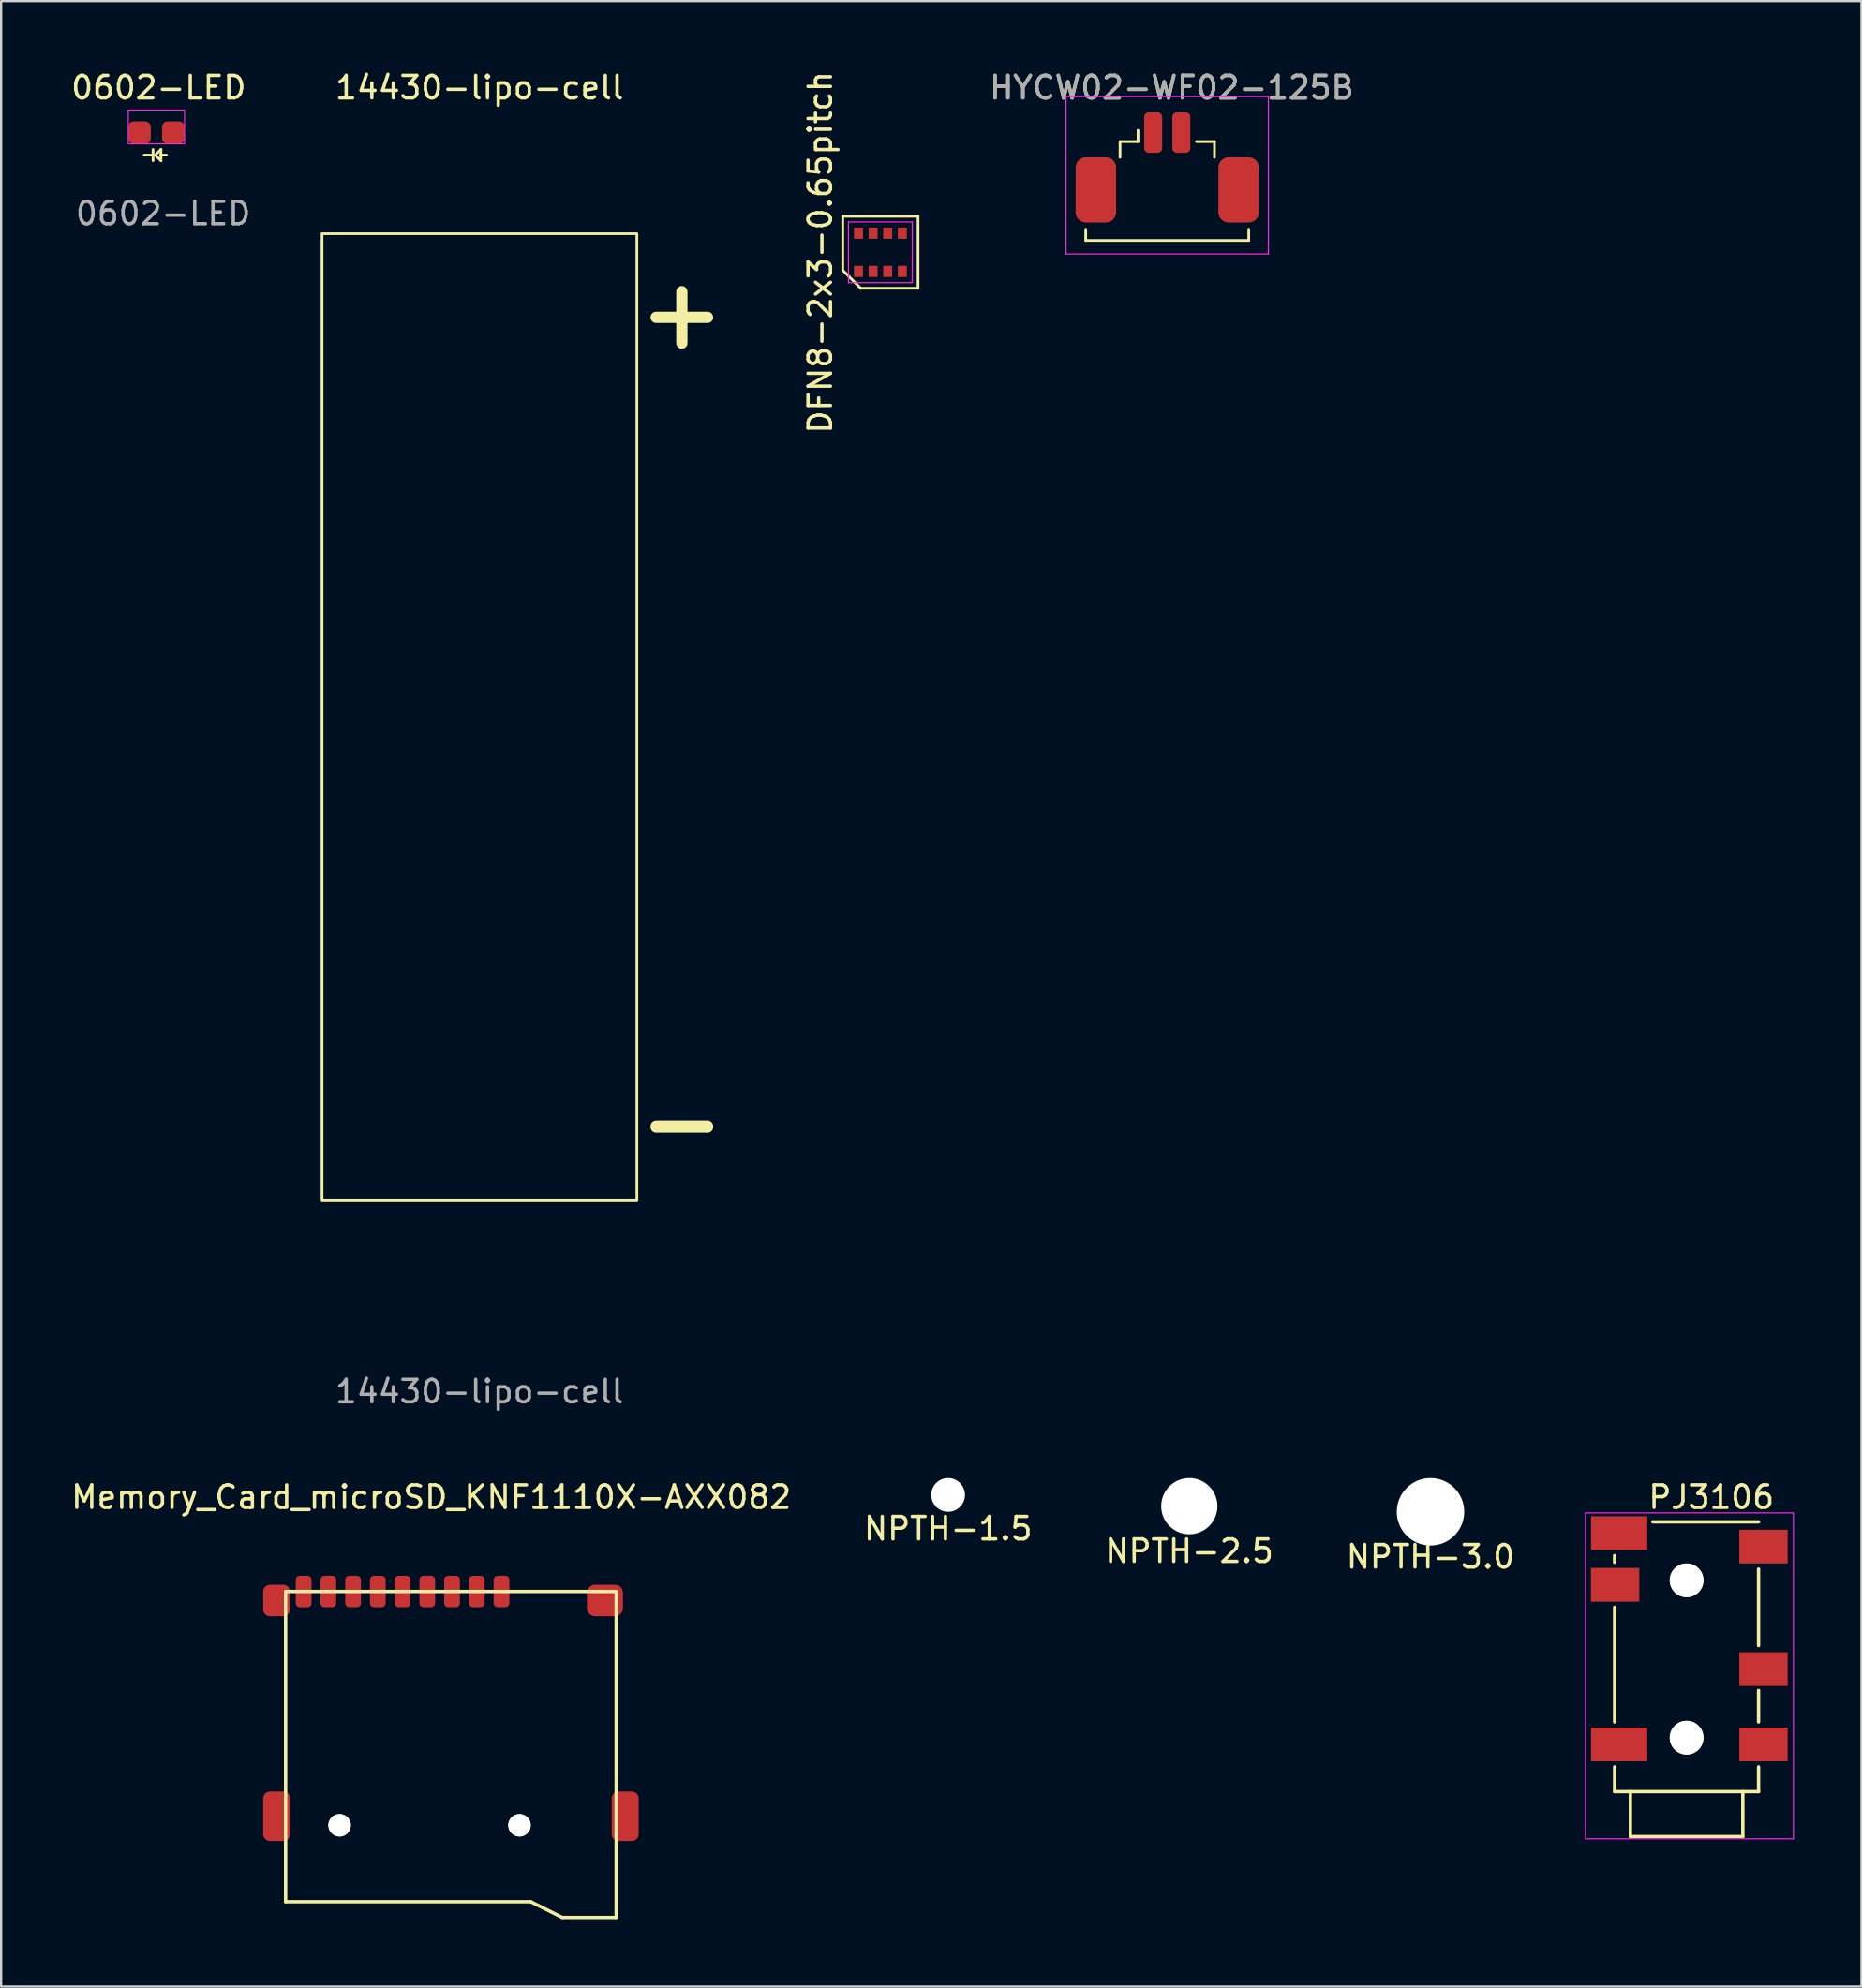
<source format=kicad_pcb>
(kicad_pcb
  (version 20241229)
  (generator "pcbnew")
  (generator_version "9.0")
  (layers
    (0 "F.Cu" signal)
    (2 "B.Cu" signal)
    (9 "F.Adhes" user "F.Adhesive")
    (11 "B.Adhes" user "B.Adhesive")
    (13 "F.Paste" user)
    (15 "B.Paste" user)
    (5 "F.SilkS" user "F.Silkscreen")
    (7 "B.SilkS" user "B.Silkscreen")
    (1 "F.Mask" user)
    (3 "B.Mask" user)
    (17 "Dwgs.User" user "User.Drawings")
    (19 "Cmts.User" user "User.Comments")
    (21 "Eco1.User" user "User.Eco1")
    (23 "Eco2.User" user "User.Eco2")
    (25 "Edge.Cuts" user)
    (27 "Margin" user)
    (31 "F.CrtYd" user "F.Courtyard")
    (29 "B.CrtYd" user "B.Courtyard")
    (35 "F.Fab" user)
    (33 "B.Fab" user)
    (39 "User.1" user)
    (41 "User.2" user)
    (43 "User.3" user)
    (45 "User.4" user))
  (footprint "NPTH-1.5"
    (layer "F.Cu")
    (at 39.113 63.447)
    (property "Reference" "NPTH-1.5" (at 0 1.5 0) (layer "F.SilkS") (effects (font (size 1 1) (thickness 0.15))))
    (attr through_hole)
    (pad "" np_thru_hole circle (at 0 0) (size 1.5 1.5) (drill 1.5) (layers "*.Cu" "*.Mask")))
  (footprint "0602-LED"
    (layer "F.Cu")
    (at 3.906 2.848)
    (property "Reference" "0602-LED" (at 0.1 -2 0) (unlocked yes) (layer "F.SilkS") (effects (font (size 1 1) (thickness 0.15))))
    (attr smd)
    (fp_line (start -0.55 1) (end -0.15 1) (stroke (width 0.12) (type solid)) (layer "F.SilkS"))
    (fp_line (start -0.15 0.75) (end -0.15 1.25) (stroke (width 0.12) (type solid)) (layer "F.SilkS"))
    (fp_line (start -0.05 1) (end 0.2 0.75) (stroke (width 0.12) (type solid)) (layer "F.SilkS"))
    (fp_line (start 0.2 0.75) (end 0.2 1.25) (stroke (width 0.12) (type solid)) (layer "F.SilkS"))
    (fp_line (start 0.2 1) (end 0.45 1) (stroke (width 0.12) (type solid)) (layer "F.SilkS"))
    (fp_line (start 0.2 1.25) (end -0.05 1) (stroke (width 0.12) (type solid)) (layer "F.SilkS"))
    (fp_rect (start 1.25 0.5) (end -1.25 -1) (stroke (width 0.05) (type solid)) (fill no) (layer "F.CrtYd"))
    (fp_text user "${REFERENCE}" (at 0.3 3.6 0) (unlocked yes) (layer "F.Fab") (effects (font (size 1 1) (thickness 0.15))))
    (pad "1" smd roundrect (at -0.75 0) (size 1 1) (layers "F.Cu" "F.Mask" "F.Paste") (roundrect_rratio 0.25))
    (pad "2" smd roundrect (at 0.75 0) (size 1 1) (layers "F.Cu" "F.Mask" "F.Paste") (roundrect_rratio 0.25)))
  (footprint "NPTH-2.5"
    (layer "F.Cu")
    (at 49.839 63.947)
    (property "Reference" "NPTH-2.5" (at 0 2 0) (layer "F.SilkS") (effects (font (size 1 1) (thickness 0.15))))
    (attr through_hole)
    (pad "" np_thru_hole circle (at 0 0) (size 2.5 2.5) (drill 2.5) (layers "*.Cu" "*.Mask")))
  (footprint "Memory_Card_microSD_KNF1110X-AXX082"
    (layer "F.Cu")
    (at 16.252 64.942)
    (property "Reference" "Memory_Card_microSD_KNF1110X-AXX082" (at -0.127 -1.397 0) (layer "F.SilkS") (effects (font (size 1 1) (thickness 0.15))))
    (attr through_hole)
    (fp_line (start -6.6 2.8) (end 8.1 2.8) (stroke (width 0.15) (type solid)) (layer "F.SilkS"))
    (fp_line (start -6.6 16.6) (end -6.6 2.8) (stroke (width 0.15) (type solid)) (layer "F.SilkS"))
    (fp_line (start -6.6 16.6) (end 4.3 16.6) (stroke (width 0.15) (type solid)) (layer "F.SilkS"))
    (fp_line (start 4.3 16.6) (end 5.7 17.3) (stroke (width 0.15) (type solid)) (layer "F.SilkS"))
    (fp_line (start 8.1 2.8) (end 8.1 17.3) (stroke (width 0.15) (type solid)) (layer "F.SilkS"))
    (fp_line (start 8.1 17.3) (end 5.7 17.3) (stroke (width 0.15) (type solid)) (layer "F.SilkS"))
    (pad "" np_thru_hole circle (at -4.2 13.2) (size 1 1) (drill 1) (layers "*.Cu" "*.Mask" "F.SilkS"))
    (pad "" np_thru_hole circle (at 3.8 13.2) (size 1 1) (drill 1) (layers "*.Cu" "*.Mask" "F.SilkS"))
    (pad "1" smd roundrect (at 3 2.8) (size 0.7 1.4) (layers "F.Cu" "F.Mask" "F.Paste") (roundrect_rratio 0.25))
    (pad "2" smd roundrect (at 1.9 2.8) (size 0.7 1.4) (layers "F.Cu" "F.Mask" "F.Paste") (roundrect_rratio 0.25))
    (pad "3" smd roundrect (at 0.8 2.8) (size 0.7 1.4) (layers "F.Cu" "F.Mask" "F.Paste") (roundrect_rratio 0.25))
    (pad "4" smd roundrect (at -0.3 2.8) (size 0.7 1.4) (layers "F.Cu" "F.Mask" "F.Paste") (roundrect_rratio 0.25))
    (pad "5" smd roundrect (at -1.4 2.8) (size 0.7 1.4) (layers "F.Cu" "F.Mask" "F.Paste") (roundrect_rratio 0.25))
    (pad "6" smd roundrect (at -2.5 2.8) (size 0.7 1.4) (layers "F.Cu" "F.Mask" "F.Paste") (roundrect_rratio 0.25))
    (pad "7" smd roundrect (at -3.6 2.8) (size 0.7 1.4) (layers "F.Cu" "F.Mask" "F.Paste") (roundrect_rratio 0.25))
    (pad "8" smd roundrect (at -4.7 2.8) (size 0.7 1.4) (layers "F.Cu" "F.Mask" "F.Paste") (roundrect_rratio 0.25))
    (pad "9" smd roundrect (at -5.8 2.8) (size 0.7 1.4) (layers "F.Cu" "F.Mask" "F.Paste") (roundrect_rratio 0.25))
    (pad "10" smd roundrect (at 8.5 12.8) (size 1.2 2.2) (layers "F.Cu" "F.Mask" "F.Paste") (roundrect_rratio 0.25))
    (pad "11" smd roundrect (at -7 12.8) (size 1.2 2.2) (layers "F.Cu" "F.Mask" "F.Paste") (roundrect_rratio 0.25))
    (pad "12" smd roundrect (at -7 3.2) (size 1.2 1.4) (layers "F.Cu" "F.Mask" "F.Paste") (roundrect_rratio 0.25))
    (pad "13" smd roundrect (at 7.6 3.2) (size 1.6 1.4) (layers "F.Cu" "F.Mask" "F.Paste") (roundrect_rratio 0.25)))
  (footprint "PJ3106"
    (layer "F.Cu")
    (at 71.954 67.245)
    (property "Reference" "PJ3106" (at 1.1 -3.7 0) (layer "F.SilkS") (effects (font (size 1 1) (thickness 0.15))))
    (attr through_hole)
    (fp_line (start -3.2 -0.8) (end -3.2 -1.1) (stroke (width 0.15) (type solid)) (layer "F.SilkS"))
    (fp_line (start -3.2 6.3) (end -3.2 1.2) (stroke (width 0.15) (type solid)) (layer "F.SilkS"))
    (fp_line (start -3.2 9.4) (end -3.2 8.3) (stroke (width 0.15) (type solid)) (layer "F.SilkS"))
    (fp_line (start -3.2 9.4) (end 3.2 9.4) (stroke (width 0.15) (type solid)) (layer "F.SilkS"))
    (fp_line (start -2.5 11.4) (end -2.5 9.4) (stroke (width 0.15) (type solid)) (layer "F.SilkS"))
    (fp_line (start -2.5 11.4) (end 2.5 11.4) (stroke (width 0.15) (type solid)) (layer "F.SilkS"))
    (fp_line (start -1.5 -2.6) (end 3.2 -2.6) (stroke (width 0.15) (type solid)) (layer "F.SilkS"))
    (fp_line (start 2.5 11.4) (end 2.5 9.4) (stroke (width 0.15) (type solid)) (layer "F.SilkS"))
    (fp_line (start 3.2 -0.5) (end 3.2 2.9) (stroke (width 0.15) (type solid)) (layer "F.SilkS"))
    (fp_line (start 3.2 4.9) (end 3.2 6.3) (stroke (width 0.15) (type solid)) (layer "F.SilkS"))
    (fp_line (start 3.2 9.4) (end 3.2 8.3) (stroke (width 0.15) (type solid)) (layer "F.SilkS"))
    (fp_line (start -4.5 -3) (end 4.75 -3) (stroke (width 0.05) (type solid)) (layer "F.CrtYd"))
    (fp_line (start -4.5 11.5) (end -4.5 -3) (stroke (width 0.05) (type solid)) (layer "F.CrtYd"))
    (fp_line (start 4.75 -3) (end 4.75 11.5) (stroke (width 0.05) (type solid)) (layer "F.CrtYd"))
    (fp_line (start 4.75 11.5) (end -4.5 11.5) (stroke (width 0.05) (type solid)) (layer "F.CrtYd"))
    (pad "" np_thru_hole circle (at 0 0) (size 1.5 1.5) (drill 1.5) (layers "*.Cu" "*.Mask" "F.SilkS"))
    (pad "" np_thru_hole circle (at 0 7) (size 1.5 1.5) (drill 1.5) (layers "*.Cu" "*.Mask" "F.SilkS"))
    (pad "2" smd rect (at -3 7.3) (size 2.5 1.5) (layers "F.Cu" "F.Mask" "F.Paste"))
    (pad "3" smd rect (at -3.18 0.2) (size 2.15 1.5) (layers "F.Cu" "F.Mask" "F.Paste"))
    (pad "4" smd rect (at -3 -2.1) (size 2.5 1.5) (layers "F.Cu" "F.Mask" "F.Paste"))
    (pad "5" smd rect (at 3.42 -1.5) (size 2.15 1.5) (layers "F.Cu" "F.Mask" "F.Paste"))
    (pad "6" smd rect (at 3.42 3.95) (size 2.15 1.5) (layers "F.Cu" "F.Mask" "F.Paste"))
    (pad "7" smd rect (at 3.42 7.3) (size 2.15 1.5) (layers "F.Cu" "F.Mask" "F.Paste")))
  (footprint "14430-lipo-cell"
    (layer "F.Cu")
    (at 18.272 28.848)
    (property "Reference" "14430-lipo-cell" (at 0 -28 0) (unlocked yes) (layer "F.SilkS") (effects (font (size 1 1) (thickness 0.15))))
    (attr smd)
    (fp_rect (start -7 -21.5) (end 7 21.5) (stroke (width 0.12) (type solid)) (fill no) (layer "F.SilkS"))
    (fp_text user "-" (at 9 18 0) (unlocked yes) (layer "F.SilkS") (effects (font (size 3 3) (thickness 0.5))))
    (fp_text user "+" (at 9 -18 0) (unlocked yes) (layer "F.SilkS") (effects (font (size 3 3) (thickness 0.5))))
    (fp_text user "${REFERENCE}" (at 0 30 0) (unlocked yes) (layer "F.Fab") (effects (font (size 1 1) (thickness 0.15)))))
  (footprint "DFN8-2x3-0.65pitch"
    (layer "F.Cu")
    (at 36.102 8.173)
    (property "Reference" "DFN8-2x3-0.65pitch" (at -2.675 0 90) (layer "F.SilkS") (effects (font (size 1 1) (thickness 0.15))))
    (attr smd)
    (fp_line (start -1.675 -1.6) (end 1.675 -1.6) (stroke (width 0.12) (type solid)) (layer "F.SilkS"))
    (fp_line (start -1.675 0.8) (end -1.675 -1.6) (stroke (width 0.12) (type solid)) (layer "F.SilkS"))
    (fp_line (start -0.875 1.6) (end -1.675 0.8) (stroke (width 0.12) (type solid)) (layer "F.SilkS"))
    (fp_line (start 1.675 -1.6) (end 1.675 1.6) (stroke (width 0.12) (type solid)) (layer "F.SilkS"))
    (fp_line (start 1.675 1.6) (end -0.875 1.6) (stroke (width 0.12) (type solid)) (layer "F.SilkS"))
    (fp_line (start -1.42 -1.35) (end 1.42 -1.35) (stroke (width 0.05) (type solid)) (layer "F.CrtYd"))
    (fp_line (start -1.42 1.35) (end -1.42 -1.35) (stroke (width 0.05) (type solid)) (layer "F.CrtYd"))
    (fp_line (start 1.42 -1.35) (end 1.42 1.35) (stroke (width 0.05) (type solid)) (layer "F.CrtYd"))
    (fp_line (start 1.42 1.35) (end -1.42 1.35) (stroke (width 0.05) (type solid)) (layer "F.CrtYd"))
    (pad "1" smd rect (at -0.975 0.85) (size 0.4 0.5) (layers "F.Cu" "F.Mask" "F.Paste"))
    (pad "2" smd rect (at -0.325 0.85) (size 0.4 0.5) (layers "F.Cu" "F.Mask" "F.Paste"))
    (pad "3" smd rect (at 0.325 0.85) (size 0.4 0.5) (layers "F.Cu" "F.Mask" "F.Paste"))
    (pad "4" smd rect (at 0.975 0.85) (size 0.4 0.5) (layers "F.Cu" "F.Mask" "F.Paste"))
    (pad "5" smd rect (at 0.975 -0.85) (size 0.4 0.5) (layers "F.Cu" "F.Mask" "F.Paste"))
    (pad "6" smd rect (at 0.325 -0.85) (size 0.4 0.5) (layers "F.Cu" "F.Mask" "F.Paste"))
    (pad "7" smd rect (at -0.325 -0.85) (size 0.4 0.5) (layers "F.Cu" "F.Mask" "F.Paste"))
    (pad "8" smd rect (at -0.975 -0.85) (size 0.4 0.5) (layers "F.Cu" "F.Mask" "F.Paste")))
  (footprint "HYCW02-WF02-125B"
    (layer "F.Cu")
    (at 48.858 3.748)
    (property "Reference" "HYCW02-WF02-125B" (at 0.2 -2.9 0) (unlocked yes) (layer "F.SilkS") (effects (font (size 1 1) (thickness 0.15))))
    (attr smd)
    (fp_line (start -3.625 3.9) (end -3.625 3.4) (stroke (width 0.12) (type solid)) (layer "F.SilkS"))
    (fp_line (start -2.1 -0.5) (end -2.1 0.2) (stroke (width 0.12) (type solid)) (layer "F.SilkS"))
    (fp_line (start -1.3 -0.5) (end -2.1 -0.5) (stroke (width 0.12) (type solid)) (layer "F.SilkS"))
    (fp_line (start -1.3 -0.5) (end -1.3 -1) (stroke (width 0.12) (type solid)) (layer "F.SilkS"))
    (fp_line (start 1.3 -0.5) (end 2.1 -0.5) (stroke (width 0.12) (type solid)) (layer "F.SilkS"))
    (fp_line (start 2.1 -0.5) (end 2.1 0.2) (stroke (width 0.12) (type solid)) (layer "F.SilkS"))
    (fp_line (start 3.625 3.9) (end -3.625 3.9) (stroke (width 0.12) (type solid)) (layer "F.SilkS"))
    (fp_line (start 3.625 3.9) (end 3.625 3.4) (stroke (width 0.12) (type solid)) (layer "F.SilkS"))
    (fp_line (start -4.5 -2.5) (end 4.5 -2.5) (stroke (width 0.05) (type solid)) (layer "F.CrtYd"))
    (fp_line (start -4.5 4.5) (end -4.5 -2.5) (stroke (width 0.05) (type solid)) (layer "F.CrtYd"))
    (fp_line (start 4.5 -2.5) (end 4.5 4.5) (stroke (width 0.05) (type solid)) (layer "F.CrtYd"))
    (fp_line (start 4.5 4.5) (end -4.5 4.5) (stroke (width 0.05) (type solid)) (layer "F.CrtYd"))
    (fp_text user "${REFERENCE}" (at 0.2 -2.9 0) (unlocked yes) (layer "F.Fab") (effects (font (size 1 1) (thickness 0.15))))
    (pad "1" smd roundrect (at -0.625 -0.9) (size 0.8 1.8) (layers "F.Cu" "F.Mask" "F.Paste") (roundrect_rratio 0.25))
    (pad "2" smd roundrect (at 0.625 -0.9) (size 0.8 1.8) (layers "F.Cu" "F.Mask" "F.Paste") (roundrect_rratio 0.25))
    (pad "MP" smd roundrect (at -3.175 1.65) (size 1.8 2.9) (layers "F.Cu" "F.Mask" "F.Paste") (roundrect_rratio 0.25))
    (pad "MP" smd roundrect (at 3.175 1.65) (size 1.8 2.9) (layers "F.Cu" "F.Mask" "F.Paste") (roundrect_rratio 0.25)))
  (footprint "NPTH-3.0"
    (layer "F.Cu")
    (at 60.565 64.197)
    (property "Reference" "NPTH-3.0" (at 0 2 0) (layer "F.SilkS") (effects (font (size 1 1) (thickness 0.15))))
    (attr through_hole)
    (pad "" np_thru_hole circle (at 0 0) (size 3 3) (drill 3) (layers "*.Cu" "*.Mask")))
  (gr_rect
    (start -3 -3)
    (end 79.729 85.317)
    (stroke (width 0.1) (type default))
    (fill no)
    (layer "Edge.Cuts")))
</source>
